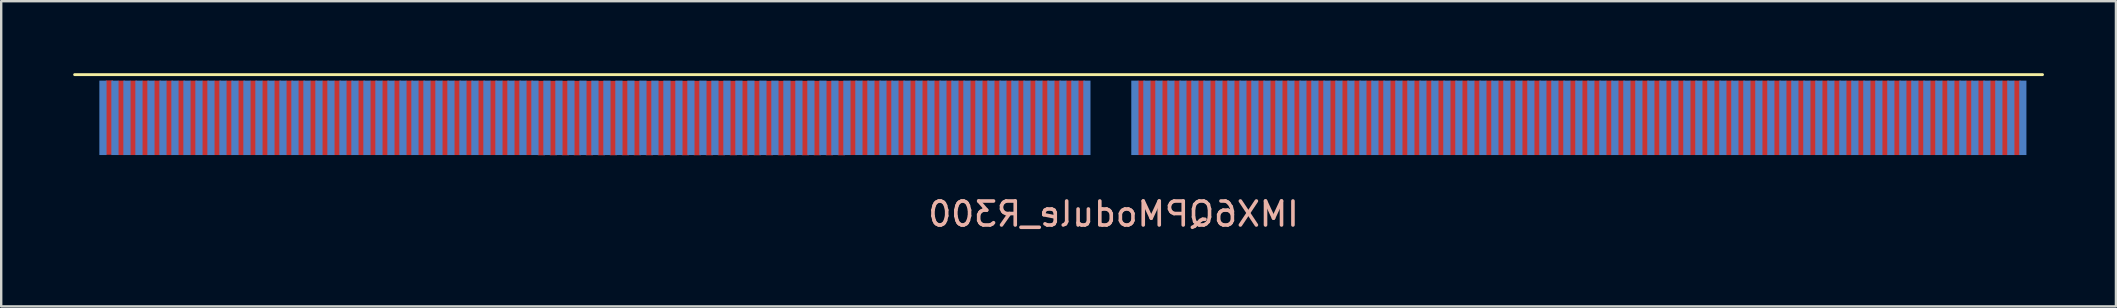
<source format=kicad_pcb>
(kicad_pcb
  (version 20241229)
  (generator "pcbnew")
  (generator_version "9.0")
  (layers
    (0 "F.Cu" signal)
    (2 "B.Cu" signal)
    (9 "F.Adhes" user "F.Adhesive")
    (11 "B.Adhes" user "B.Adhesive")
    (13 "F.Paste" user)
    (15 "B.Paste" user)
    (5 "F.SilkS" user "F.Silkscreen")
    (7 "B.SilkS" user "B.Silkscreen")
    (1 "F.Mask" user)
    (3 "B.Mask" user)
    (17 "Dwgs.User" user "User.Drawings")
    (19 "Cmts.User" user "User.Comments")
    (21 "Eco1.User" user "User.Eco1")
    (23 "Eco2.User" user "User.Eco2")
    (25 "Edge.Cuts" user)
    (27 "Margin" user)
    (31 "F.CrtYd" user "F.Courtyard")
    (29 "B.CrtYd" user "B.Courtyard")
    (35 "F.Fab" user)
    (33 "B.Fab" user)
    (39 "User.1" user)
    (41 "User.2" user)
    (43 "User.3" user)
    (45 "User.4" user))
  (footprint "IMX6QPModule_R300"
    (layer "F.Cu")
    (at 43.26 4.86)
    (property "Reference" "IMX6QPModule_R300" (at 0.09 1.01 180) (layer "B.SilkS") (effects (font (size 1 1) (thickness 0.15)) (justify mirror)))
    (attr through_hole)
    (fp_line (start -43.2 -4.8) (end 38.8 -4.8) (stroke (width 0.12) (type solid)) (layer "F.SilkS"))
    (pad "1" smd rect (at -42.02 -3) (size 0.3 3.1) (layers "B.Cu" "B.Mask" "B.Paste"))
    (pad "2" smd rect (at -41.75 -3.01) (size 0.3 3.1) (layers "F.Cu" "F.Mask" "F.Paste"))
    (pad "3" smd rect (at -41.52 -3) (size 0.3 3.1) (layers "B.Cu" "B.Mask" "B.Paste"))
    (pad "4" smd rect (at -41.25 -3) (size 0.3 3.1) (layers "F.Cu" "F.Mask" "F.Paste"))
    (pad "5" smd rect (at -41.02 -3) (size 0.3 3.1) (layers "B.Cu" "B.Mask" "B.Paste"))
    (pad "6" smd rect (at -40.75 -3) (size 0.3 3.1) (layers "F.Cu" "F.Mask" "F.Paste"))
    (pad "7" smd rect (at -40.52 -3) (size 0.3 3.1) (layers "B.Cu" "B.Mask" "B.Paste"))
    (pad "8" smd rect (at -40.25 -3) (size 0.3 3.1) (layers "F.Cu" "F.Mask" "F.Paste"))
    (pad "9" smd rect (at -40.02 -3) (size 0.3 3.1) (layers "B.Cu" "B.Mask" "B.Paste"))
    (pad "10" smd rect (at -39.75 -3) (size 0.3 3.1) (layers "F.Cu" "F.Mask" "F.Paste"))
    (pad "11" smd rect (at -39.52 -3) (size 0.3 3.1) (layers "B.Cu" "B.Mask" "B.Paste"))
    (pad "12" smd rect (at -39.25 -3) (size 0.3 3.1) (layers "F.Cu" "F.Mask" "F.Paste"))
    (pad "13" smd rect (at -39.02 -3) (size 0.3 3.1) (layers "B.Cu" "B.Mask" "B.Paste"))
    (pad "14" smd rect (at -38.75 -3) (size 0.3 3.1) (layers "F.Cu" "F.Mask" "F.Paste"))
    (pad "15" smd rect (at -38.52 -3) (size 0.3 3.1) (layers "B.Cu" "B.Mask" "B.Paste"))
    (pad "16" smd rect (at -38.25 -3) (size 0.3 3.1) (layers "F.Cu" "F.Mask" "F.Paste"))
    (pad "17" smd rect (at -38.02 -3) (size 0.3 3.1) (layers "B.Cu" "B.Mask" "B.Paste"))
    (pad "18" smd rect (at -37.75 -3) (size 0.3 3.1) (layers "F.Cu" "F.Mask" "F.Paste"))
    (pad "19" smd rect (at -37.52 -3) (size 0.3 3.1) (layers "B.Cu" "B.Mask" "B.Paste"))
    (pad "20" smd rect (at -37.25 -3) (size 0.3 3.1) (layers "F.Cu" "F.Mask" "F.Paste"))
    (pad "21" smd rect (at -37.02 -3) (size 0.3 3.1) (layers "B.Cu" "B.Mask" "B.Paste"))
    (pad "22" smd rect (at -36.75 -3) (size 0.3 3.1) (layers "F.Cu" "F.Mask" "F.Paste"))
    (pad "23" smd rect (at -36.52 -3) (size 0.3 3.1) (layers "B.Cu" "B.Mask" "B.Paste"))
    (pad "24" smd rect (at -36.25 -3) (size 0.3 3.1) (layers "F.Cu" "F.Mask" "F.Paste"))
    (pad "25" smd rect (at -36.02 -3) (size 0.3 3.1) (layers "B.Cu" "B.Mask" "B.Paste"))
    (pad "26" smd rect (at -35.75 -3) (size 0.3 3.1) (layers "F.Cu" "F.Mask" "F.Paste"))
    (pad "27" smd rect (at -35.52 -3) (size 0.3 3.1) (layers "B.Cu" "B.Mask" "B.Paste"))
    (pad "28" smd rect (at -35.25 -3) (size 0.3 3.1) (layers "F.Cu" "F.Mask" "F.Paste"))
    (pad "29" smd rect (at -35.02 -3) (size 0.3 3.1) (layers "B.Cu" "B.Mask" "B.Paste"))
    (pad "30" smd rect (at -34.75 -3) (size 0.3 3.1) (layers "F.Cu" "F.Mask" "F.Paste"))
    (pad "31" smd rect (at -34.52 -3) (size 0.3 3.1) (layers "B.Cu" "B.Mask" "B.Paste"))
    (pad "32" smd rect (at -34.25 -3) (size 0.3 3.1) (layers "F.Cu" "F.Mask" "F.Paste"))
    (pad "33" smd rect (at -34.02 -3) (size 0.3 3.1) (layers "B.Cu" "B.Mask" "B.Paste"))
    (pad "34" smd rect (at -33.75 -3) (size 0.3 3.1) (layers "F.Cu" "F.Mask" "F.Paste"))
    (pad "35" smd rect (at -33.52 -3) (size 0.3 3.1) (layers "B.Cu" "B.Mask" "B.Paste"))
    (pad "36" smd rect (at -33.25 -3) (size 0.3 3.1) (layers "F.Cu" "F.Mask" "F.Paste"))
    (pad "37" smd rect (at -33.02 -3) (size 0.3 3.1) (layers "B.Cu" "B.Mask" "B.Paste"))
    (pad "38" smd rect (at -32.75 -3) (size 0.3 3.1) (layers "F.Cu" "F.Mask" "F.Paste"))
    (pad "39" smd rect (at -32.52 -3) (size 0.3 3.1) (layers "B.Cu" "B.Mask" "B.Paste"))
    (pad "40" smd rect (at -32.25 -3) (size 0.3 3.1) (layers "F.Cu" "F.Mask" "F.Paste"))
    (pad "41" smd rect (at -32.02 -3) (size 0.3 3.1) (layers "B.Cu" "B.Mask" "B.Paste"))
    (pad "42" smd rect (at -31.75 -3) (size 0.3 3.1) (layers "F.Cu" "F.Mask" "F.Paste"))
    (pad "43" smd rect (at -31.52 -3) (size 0.3 3.1) (layers "B.Cu" "B.Mask" "B.Paste"))
    (pad "44" smd rect (at -31.25 -3) (size 0.3 3.1) (layers "F.Cu" "F.Mask" "F.Paste"))
    (pad "45" smd rect (at -31.02 -3) (size 0.3 3.1) (layers "B.Cu" "B.Mask" "B.Paste"))
    (pad "46" smd rect (at -30.75 -3) (size 0.3 3.1) (layers "F.Cu" "F.Mask" "F.Paste"))
    (pad "47" smd rect (at -30.52 -3) (size 0.3 3.1) (layers "B.Cu" "B.Mask" "B.Paste"))
    (pad "48" smd rect (at -30.25 -3) (size 0.3 3.1) (layers "F.Cu" "F.Mask" "F.Paste"))
    (pad "49" smd rect (at -30.02 -3) (size 0.3 3.1) (layers "B.Cu" "B.Mask" "B.Paste"))
    (pad "50" smd rect (at -29.75 -3) (size 0.3 3.1) (layers "F.Cu" "F.Mask" "F.Paste"))
    (pad "51" smd rect (at -29.52 -3) (size 0.3 3.1) (layers "B.Cu" "B.Mask" "B.Paste"))
    (pad "52" smd rect (at -29.25 -3) (size 0.3 3.1) (layers "F.Cu" "F.Mask" "F.Paste"))
    (pad "53" smd rect (at -29.02 -3) (size 0.3 3.1) (layers "B.Cu" "B.Mask" "B.Paste"))
    (pad "54" smd rect (at -28.75 -3) (size 0.3 3.1) (layers "F.Cu" "F.Mask" "F.Paste"))
    (pad "55" smd rect (at -28.52 -3) (size 0.3 3.1) (layers "B.Cu" "B.Mask" "B.Paste"))
    (pad "56" smd rect (at -28.25 -3) (size 0.3 3.1) (layers "F.Cu" "F.Mask" "F.Paste"))
    (pad "57" smd rect (at -28.02 -3) (size 0.3 3.1) (layers "B.Cu" "B.Mask" "B.Paste"))
    (pad "58" smd rect (at -27.75 -3) (size 0.3 3.1) (layers "F.Cu" "F.Mask" "F.Paste"))
    (pad "59" smd rect (at -27.52 -3) (size 0.3 3.1) (layers "B.Cu" "B.Mask" "B.Paste"))
    (pad "60" smd rect (at -27.25 -3) (size 0.3 3.1) (layers "F.Cu" "F.Mask" "F.Paste"))
    (pad "61" smd rect (at -27.02 -3) (size 0.3 3.1) (layers "B.Cu" "B.Mask" "B.Paste"))
    (pad "62" smd rect (at -26.75 -3) (size 0.3 3.1) (layers "F.Cu" "F.Mask" "F.Paste"))
    (pad "63" smd rect (at -26.52 -3) (size 0.3 3.1) (layers "B.Cu" "B.Mask" "B.Paste"))
    (pad "64" smd rect (at -26.25 -3) (size 0.3 3.1) (layers "F.Cu" "F.Mask" "F.Paste"))
    (pad "65" smd rect (at -26.02 -3) (size 0.3 3.1) (layers "B.Cu" "B.Mask" "B.Paste"))
    (pad "66" smd rect (at -25.75 -3) (size 0.3 3.1) (layers "F.Cu" "F.Mask" "F.Paste"))
    (pad "67" smd rect (at -25.52 -3) (size 0.3 3.1) (layers "B.Cu" "B.Mask" "B.Paste"))
    (pad "68" smd rect (at -25.25 -3) (size 0.3 3.1) (layers "F.Cu" "F.Mask" "F.Paste"))
    (pad "69" smd rect (at -25.02 -3) (size 0.3 3.1) (layers "B.Cu" "B.Mask" "B.Paste"))
    (pad "70" smd rect (at -24.75 -3) (size 0.3 3.1) (layers "F.Cu" "F.Mask" "F.Paste"))
    (pad "71" smd rect (at -24.52 -3) (size 0.3 3.1) (layers "B.Cu" "B.Mask" "B.Paste"))
    (pad "72" smd rect (at -24.25 -3) (size 0.3 3.1) (layers "F.Cu" "F.Mask" "F.Paste"))
    (pad "73" smd rect (at -24.02 -3) (size 0.3 3.1) (layers "B.Cu" "B.Mask" "B.Paste"))
    (pad "74" smd rect (at -23.75 -2.99) (size 0.3 3.1) (layers "F.Cu" "F.Mask" "F.Paste"))
    (pad "75" smd rect (at -23.52 -3) (size 0.3 3.1) (layers "B.Cu" "B.Mask" "B.Paste"))
    (pad "76" smd rect (at -23.25 -2.99) (size 0.3 3.1) (layers "F.Cu" "F.Mask" "F.Paste"))
    (pad "77" smd rect (at -23.02 -3) (size 0.3 3.1) (layers "B.Cu" "B.Mask" "B.Paste"))
    (pad "78" smd rect (at -22.75 -2.99) (size 0.3 3.1) (layers "F.Cu" "F.Mask" "F.Paste"))
    (pad "79" smd rect (at -22.52 -3) (size 0.3 3.1) (layers "B.Cu" "B.Mask" "B.Paste"))
    (pad "80" smd rect (at -22.25 -2.99) (size 0.3 3.1) (layers "F.Cu" "F.Mask" "F.Paste"))
    (pad "81" smd rect (at -22.02 -3) (size 0.3 3.1) (layers "B.Cu" "B.Mask" "B.Paste"))
    (pad "82" smd rect (at -21.75 -2.99) (size 0.3 3.1) (layers "F.Cu" "F.Mask" "F.Paste"))
    (pad "83" smd rect (at -21.52 -3) (size 0.3 3.1) (layers "B.Cu" "B.Mask" "B.Paste"))
    (pad "84" smd rect (at -21.25 -2.99) (size 0.3 3.1) (layers "F.Cu" "F.Mask" "F.Paste"))
    (pad "85" smd rect (at -21.02 -3) (size 0.3 3.1) (layers "B.Cu" "B.Mask" "B.Paste"))
    (pad "86" smd rect (at -20.75 -2.99) (size 0.3 3.1) (layers "F.Cu" "F.Mask" "F.Paste"))
    (pad "87" smd rect (at -20.52 -3) (size 0.3 3.1) (layers "B.Cu" "B.Mask" "B.Paste"))
    (pad "88" smd rect (at -20.25 -2.99) (size 0.3 3.1) (layers "F.Cu" "F.Mask" "F.Paste"))
    (pad "89" smd rect (at -20.02 -3) (size 0.3 3.1) (layers "B.Cu" "B.Mask" "B.Paste"))
    (pad "90" smd rect (at -19.75 -2.99) (size 0.3 3.1) (layers "F.Cu" "F.Mask" "F.Paste"))
    (pad "91" smd rect (at -19.52 -3) (size 0.3 3.1) (layers "B.Cu" "B.Mask" "B.Paste"))
    (pad "92" smd rect (at -19.25 -2.99) (size 0.3 3.1) (layers "F.Cu" "F.Mask" "F.Paste"))
    (pad "93" smd rect (at -19.02 -3) (size 0.3 3.1) (layers "B.Cu" "B.Mask" "B.Paste"))
    (pad "94" smd rect (at -18.75 -2.99) (size 0.3 3.1) (layers "F.Cu" "F.Mask" "F.Paste"))
    (pad "95" smd rect (at -18.52 -3) (size 0.3 3.1) (layers "B.Cu" "B.Mask" "B.Paste"))
    (pad "96" smd rect (at -18.25 -2.99) (size 0.3 3.1) (layers "F.Cu" "F.Mask" "F.Paste"))
    (pad "97" smd rect (at -18.02 -3) (size 0.3 3.1) (layers "B.Cu" "B.Mask" "B.Paste"))
    (pad "98" smd rect (at -17.75 -2.99) (size 0.3 3.1) (layers "F.Cu" "F.Mask" "F.Paste"))
    (pad "99" smd rect (at -17.52 -3) (size 0.3 3.1) (layers "B.Cu" "B.Mask" "B.Paste"))
    (pad "100" smd rect (at -17.25 -2.99) (size 0.3 3.1) (layers "F.Cu" "F.Mask" "F.Paste"))
    (pad "101" smd rect (at -17.02 -3) (size 0.3 3.1) (layers "B.Cu" "B.Mask" "B.Paste"))
    (pad "102" smd rect (at -16.75 -2.99) (size 0.3 3.1) (layers "F.Cu" "F.Mask" "F.Paste"))
    (pad "103" smd rect (at -16.52 -3) (size 0.3 3.1) (layers "B.Cu" "B.Mask" "B.Paste"))
    (pad "104" smd rect (at -16.25 -2.99) (size 0.3 3.1) (layers "F.Cu" "F.Mask" "F.Paste"))
    (pad "105" smd rect (at -16.02 -3) (size 0.3 3.1) (layers "B.Cu" "B.Mask" "B.Paste"))
    (pad "106" smd rect (at -15.75 -2.99) (size 0.3 3.1) (layers "F.Cu" "F.Mask" "F.Paste"))
    (pad "107" smd rect (at -15.52 -3) (size 0.3 3.1) (layers "B.Cu" "B.Mask" "B.Paste"))
    (pad "108" smd rect (at -15.25 -2.99) (size 0.3 3.1) (layers "F.Cu" "F.Mask" "F.Paste"))
    (pad "109" smd rect (at -15.02 -3) (size 0.3 3.1) (layers "B.Cu" "B.Mask" "B.Paste"))
    (pad "110" smd rect (at -14.75 -2.99) (size 0.3 3.1) (layers "F.Cu" "F.Mask" "F.Paste"))
    (pad "111" smd rect (at -14.52 -3) (size 0.3 3.1) (layers "B.Cu" "B.Mask" "B.Paste"))
    (pad "112" smd rect (at -14.25 -2.99) (size 0.3 3.1) (layers "F.Cu" "F.Mask" "F.Paste"))
    (pad "113" smd rect (at -14.02 -3) (size 0.3 3.1) (layers "B.Cu" "B.Mask" "B.Paste"))
    (pad "114" smd rect (at -13.75 -2.99) (size 0.3 3.1) (layers "F.Cu" "F.Mask" "F.Paste"))
    (pad "115" smd rect (at -13.52 -3) (size 0.3 3.1) (layers "B.Cu" "B.Mask" "B.Paste"))
    (pad "116" smd rect (at -13.25 -2.99) (size 0.3 3.1) (layers "F.Cu" "F.Mask" "F.Paste"))
    (pad "117" smd rect (at -13.02 -3) (size 0.3 3.1) (layers "B.Cu" "B.Mask" "B.Paste"))
    (pad "118" smd rect (at -12.75 -2.99) (size 0.3 3.1) (layers "F.Cu" "F.Mask" "F.Paste"))
    (pad "119" smd rect (at -12.52 -3) (size 0.3 3.1) (layers "B.Cu" "B.Mask" "B.Paste"))
    (pad "120" smd rect (at -12.25 -2.99) (size 0.3 3.1) (layers "F.Cu" "F.Mask" "F.Paste"))
    (pad "121" smd rect (at -12.02 -3) (size 0.3 3.1) (layers "B.Cu" "B.Mask" "B.Paste"))
    (pad "122" smd rect (at -11.75 -2.99) (size 0.3 3.1) (layers "F.Cu" "F.Mask" "F.Paste"))
    (pad "123" smd rect (at -11.52 -3) (size 0.3 3.1) (layers "B.Cu" "B.Mask" "B.Paste"))
    (pad "124" smd rect (at -11.25 -2.99) (size 0.3 3.1) (layers "F.Cu" "F.Mask" "F.Paste"))
    (pad "125" smd rect (at -11.02 -3) (size 0.3 3.1) (layers "B.Cu" "B.Mask" "B.Paste"))
    (pad "126" smd rect (at -10.75 -3) (size 0.3 3.1) (layers "F.Cu" "F.Mask" "F.Paste"))
    (pad "127" smd rect (at -10.52 -3) (size 0.3 3.1) (layers "B.Cu" "B.Mask" "B.Paste"))
    (pad "128" smd rect (at -10.25 -3) (size 0.3 3.1) (layers "F.Cu" "F.Mask" "F.Paste"))
    (pad "129" smd rect (at -10.02 -3) (size 0.3 3.1) (layers "B.Cu" "B.Mask" "B.Paste"))
    (pad "130" smd rect (at -9.75 -3) (size 0.3 3.1) (layers "F.Cu" "F.Mask" "F.Paste"))
    (pad "131" smd rect (at -9.52 -3) (size 0.3 3.1) (layers "B.Cu" "B.Mask" "B.Paste"))
    (pad "132" smd rect (at -9.25 -3) (size 0.3 3.1) (layers "F.Cu" "F.Mask" "F.Paste"))
    (pad "133" smd rect (at -9.02 -3) (size 0.3 3.1) (layers "B.Cu" "B.Mask" "B.Paste"))
    (pad "134" smd rect (at -8.75 -3) (size 0.3 3.1) (layers "F.Cu" "F.Mask" "F.Paste"))
    (pad "135" smd rect (at -8.52 -3) (size 0.3 3.1) (layers "B.Cu" "B.Mask" "B.Paste"))
    (pad "136" smd rect (at -8.25 -3) (size 0.3 3.1) (layers "F.Cu" "F.Mask" "F.Paste"))
    (pad "137" smd rect (at -8.02 -3) (size 0.3 3.1) (layers "B.Cu" "B.Mask" "B.Paste"))
    (pad "138" smd rect (at -7.75 -3) (size 0.3 3.1) (layers "F.Cu" "F.Mask" "F.Paste"))
    (pad "139" smd rect (at -7.52 -3) (size 0.3 3.1) (layers "B.Cu" "B.Mask" "B.Paste"))
    (pad "140" smd rect (at -7.25 -3) (size 0.3 3.1) (layers "F.Cu" "F.Mask" "F.Paste"))
    (pad "141" smd rect (at -7.02 -3) (size 0.3 3.1) (layers "B.Cu" "B.Mask" "B.Paste"))
    (pad "142" smd rect (at -6.75 -3) (size 0.3 3.1) (layers "F.Cu" "F.Mask" "F.Paste"))
    (pad "143" smd rect (at -6.52 -3) (size 0.3 3.1) (layers "B.Cu" "B.Mask" "B.Paste"))
    (pad "144" smd rect (at -6.25 -3) (size 0.3 3.1) (layers "F.Cu" "F.Mask" "F.Paste"))
    (pad "145" smd rect (at -6.02 -3) (size 0.3 3.1) (layers "B.Cu" "B.Mask" "B.Paste"))
    (pad "146" smd rect (at -5.75 -3) (size 0.3 3.1) (layers "F.Cu" "F.Mask" "F.Paste"))
    (pad "147" smd rect (at -5.52 -3) (size 0.3 3.1) (layers "B.Cu" "B.Mask" "B.Paste"))
    (pad "148" smd rect (at -5.25 -3) (size 0.3 3.1) (layers "F.Cu" "F.Mask" "F.Paste"))
    (pad "149" smd rect (at -5.02 -3) (size 0.3 3.1) (layers "B.Cu" "B.Mask" "B.Paste"))
    (pad "150" smd rect (at -4.75 -3) (size 0.3 3.1) (layers "F.Cu" "F.Mask" "F.Paste"))
    (pad "151" smd rect (at -4.52 -3) (size 0.3 3.1) (layers "B.Cu" "B.Mask" "B.Paste"))
    (pad "152" smd rect (at -4.25 -3) (size 0.3 3.1) (layers "F.Cu" "F.Mask" "F.Paste"))
    (pad "153" smd rect (at -4.02 -3) (size 0.3 3.1) (layers "B.Cu" "B.Mask" "B.Paste"))
    (pad "154" smd rect (at -3.75 -3) (size 0.3 3.1) (layers "F.Cu" "F.Mask" "F.Paste"))
    (pad "155" smd rect (at -3.52 -3) (size 0.3 3.1) (layers "B.Cu" "B.Mask" "B.Paste"))
    (pad "156" smd rect (at -3.25 -3) (size 0.3 3.1) (layers "F.Cu" "F.Mask" "F.Paste"))
    (pad "157" smd rect (at -3.02 -3) (size 0.3 3.1) (layers "B.Cu" "B.Mask" "B.Paste"))
    (pad "158" smd rect (at -2.75 -3) (size 0.3 3.1) (layers "F.Cu" "F.Mask" "F.Paste"))
    (pad "159" smd rect (at -2.52 -3) (size 0.3 3.1) (layers "B.Cu" "B.Mask" "B.Paste"))
    (pad "160" smd rect (at -2.25 -3) (size 0.3 3.1) (layers "F.Cu" "F.Mask" "F.Paste"))
    (pad "161" smd rect (at -2.02 -3) (size 0.3 3.1) (layers "B.Cu" "B.Mask" "B.Paste"))
    (pad "162" smd rect (at -1.75 -3) (size 0.3 3.1) (layers "F.Cu" "F.Mask" "F.Paste"))
    (pad "163" smd rect (at -1.52 -3) (size 0.3 3.1) (layers "B.Cu" "B.Mask" "B.Paste"))
    (pad "164" smd rect (at -1.25 -3) (size 0.3 3.1) (layers "F.Cu" "F.Mask" "F.Paste"))
    (pad "165" smd rect (at -1.02 -3) (size 0.3 3.1) (layers "B.Cu" "B.Mask" "B.Paste"))
    (pad "173" smd rect (at 0.98 -3) (size 0.3 3.1) (layers "B.Cu" "B.Mask" "B.Paste"))
    (pad "174" smd rect (at 1.25 -3) (size 0.3 3.1) (layers "F.Cu" "F.Mask" "F.Paste"))
    (pad "175" smd rect (at 1.48 -3) (size 0.3 3.1) (layers "B.Cu" "B.Mask" "B.Paste"))
    (pad "176" smd rect (at 1.75 -3) (size 0.3 3.1) (layers "F.Cu" "F.Mask" "F.Paste"))
    (pad "177" smd rect (at 1.98 -3) (size 0.3 3.1) (layers "B.Cu" "B.Mask" "B.Paste"))
    (pad "178" smd rect (at 2.25 -3) (size 0.3 3.1) (layers "F.Cu" "F.Mask" "F.Paste"))
    (pad "179" smd rect (at 2.48 -3) (size 0.3 3.1) (layers "B.Cu" "B.Mask" "B.Paste"))
    (pad "180" smd rect (at 2.75 -3) (size 0.3 3.1) (layers "F.Cu" "F.Mask" "F.Paste"))
    (pad "181" smd rect (at 2.98 -3) (size 0.3 3.1) (layers "B.Cu" "B.Mask" "B.Paste"))
    (pad "182" smd rect (at 3.25 -3) (size 0.3 3.1) (layers "F.Cu" "F.Mask" "F.Paste"))
    (pad "183" smd rect (at 3.48 -3) (size 0.3 3.1) (layers "B.Cu" "B.Mask" "B.Paste"))
    (pad "184" smd rect (at 3.75 -3) (size 0.3 3.1) (layers "F.Cu" "F.Mask" "F.Paste"))
    (pad "185" smd rect (at 3.98 -3) (size 0.3 3.1) (layers "B.Cu" "B.Mask" "B.Paste"))
    (pad "186" smd rect (at 4.25 -3) (size 0.3 3.1) (layers "F.Cu" "F.Mask" "F.Paste"))
    (pad "187" smd rect (at 4.48 -3) (size 0.3 3.1) (layers "B.Cu" "B.Mask" "B.Paste"))
    (pad "188" smd rect (at 4.75 -3) (size 0.3 3.1) (layers "F.Cu" "F.Mask" "F.Paste"))
    (pad "189" smd rect (at 4.98 -3) (size 0.3 3.1) (layers "B.Cu" "B.Mask" "B.Paste"))
    (pad "190" smd rect (at 5.25 -3) (size 0.3 3.1) (layers "F.Cu" "F.Mask" "F.Paste"))
    (pad "191" smd rect (at 5.48 -3) (size 0.3 3.1) (layers "B.Cu" "B.Mask" "B.Paste"))
    (pad "192" smd rect (at 5.75 -3) (size 0.3 3.1) (layers "F.Cu" "F.Mask" "F.Paste"))
    (pad "193" smd rect (at 5.98 -3) (size 0.3 3.1) (layers "B.Cu" "B.Mask" "B.Paste"))
    (pad "194" smd rect (at 6.25 -3) (size 0.3 3.1) (layers "F.Cu" "F.Mask" "F.Paste"))
    (pad "195" smd rect (at 6.48 -3) (size 0.3 3.1) (layers "B.Cu" "B.Mask" "B.Paste"))
    (pad "196" smd rect (at 6.75 -3) (size 0.3 3.1) (layers "F.Cu" "F.Mask" "F.Paste"))
    (pad "197" smd rect (at 6.98 -3) (size 0.3 3.1) (layers "B.Cu" "B.Mask" "B.Paste"))
    (pad "198" smd rect (at 7.25 -3) (size 0.3 3.1) (layers "F.Cu" "F.Mask" "F.Paste"))
    (pad "199" smd rect (at 7.48 -3) (size 0.3 3.1) (layers "B.Cu" "B.Mask" "B.Paste"))
    (pad "200" smd rect (at 7.75 -3) (size 0.3 3.1) (layers "F.Cu" "F.Mask" "F.Paste"))
    (pad "201" smd rect (at 7.98 -3) (size 0.3 3.1) (layers "B.Cu" "B.Mask" "B.Paste"))
    (pad "202" smd rect (at 8.25 -3) (size 0.3 3.1) (layers "F.Cu" "F.Mask" "F.Paste"))
    (pad "203" smd rect (at 8.48 -3) (size 0.3 3.1) (layers "B.Cu" "B.Mask" "B.Paste"))
    (pad "204" smd rect (at 8.75 -3) (size 0.3 3.1) (layers "F.Cu" "F.Mask" "F.Paste"))
    (pad "205" smd rect (at 8.98 -3) (size 0.3 3.1) (layers "B.Cu" "B.Mask" "B.Paste"))
    (pad "206" smd rect (at 9.25 -3) (size 0.3 3.1) (layers "F.Cu" "F.Mask" "F.Paste"))
    (pad "207" smd rect (at 9.48 -3) (size 0.3 3.1) (layers "B.Cu" "B.Mask" "B.Paste"))
    (pad "208" smd rect (at 9.75 -3) (size 0.3 3.1) (layers "F.Cu" "F.Mask" "F.Paste"))
    (pad "209" smd rect (at 9.98 -3) (size 0.3 3.1) (layers "B.Cu" "B.Mask" "B.Paste"))
    (pad "210" smd rect (at 10.25 -3) (size 0.3 3.1) (layers "F.Cu" "F.Mask" "F.Paste"))
    (pad "211" smd rect (at 10.48 -3) (size 0.3 3.1) (layers "B.Cu" "B.Mask" "B.Paste"))
    (pad "212" smd rect (at 10.75 -3) (size 0.3 3.1) (layers "F.Cu" "F.Mask" "F.Paste"))
    (pad "213" smd rect (at 10.98 -3) (size 0.3 3.1) (layers "B.Cu" "B.Mask" "B.Paste"))
    (pad "214" smd rect (at 11.25 -3) (size 0.3 3.1) (layers "F.Cu" "F.Mask" "F.Paste"))
    (pad "215" smd rect (at 11.48 -3) (size 0.3 3.1) (layers "B.Cu" "B.Mask" "B.Paste"))
    (pad "216" smd rect (at 11.75 -3) (size 0.3 3.1) (layers "F.Cu" "F.Mask" "F.Paste"))
    (pad "217" smd rect (at 11.98 -3) (size 0.3 3.1) (layers "B.Cu" "B.Mask" "B.Paste"))
    (pad "218" smd rect (at 12.25 -3) (size 0.3 3.1) (layers "F.Cu" "F.Mask" "F.Paste"))
    (pad "219" smd rect (at 12.48 -3) (size 0.3 3.1) (layers "B.Cu" "B.Mask" "B.Paste"))
    (pad "220" smd rect (at 12.75 -3) (size 0.3 3.1) (layers "F.Cu" "F.Mask" "F.Paste"))
    (pad "221" smd rect (at 12.98 -3) (size 0.3 3.1) (layers "B.Cu" "B.Mask" "B.Paste"))
    (pad "222" smd rect (at 13.25 -3) (size 0.3 3.1) (layers "F.Cu" "F.Mask" "F.Paste"))
    (pad "223" smd rect (at 13.48 -3) (size 0.3 3.1) (layers "B.Cu" "B.Mask" "B.Paste"))
    (pad "224" smd rect (at 13.75 -3) (size 0.3 3.1) (layers "F.Cu" "F.Mask" "F.Paste"))
    (pad "225" smd rect (at 13.98 -3) (size 0.3 3.1) (layers "B.Cu" "B.Mask" "B.Paste"))
    (pad "226" smd rect (at 14.25 -3) (size 0.3 3.1) (layers "F.Cu" "F.Mask" "F.Paste"))
    (pad "227" smd rect (at 14.48 -3) (size 0.3 3.1) (layers "B.Cu" "B.Mask" "B.Paste"))
    (pad "228" smd rect (at 14.75 -3) (size 0.3 3.1) (layers "F.Cu" "F.Mask" "F.Paste"))
    (pad "229" smd rect (at 14.98 -3) (size 0.3 3.1) (layers "B.Cu" "B.Mask" "B.Paste"))
    (pad "230" smd rect (at 15.25 -3) (size 0.3 3.1) (layers "F.Cu" "F.Mask" "F.Paste"))
    (pad "231" smd rect (at 15.48 -3) (size 0.3 3.1) (layers "B.Cu" "B.Mask" "B.Paste"))
    (pad "232" smd rect (at 15.75 -3) (size 0.3 3.1) (layers "F.Cu" "F.Mask" "F.Paste"))
    (pad "233" smd rect (at 15.98 -3) (size 0.3 3.1) (layers "B.Cu" "B.Mask" "B.Paste"))
    (pad "234" smd rect (at 16.25 -3) (size 0.3 3.1) (layers "F.Cu" "F.Mask" "F.Paste"))
    (pad "235" smd rect (at 16.48 -3) (size 0.3 3.1) (layers "B.Cu" "B.Mask" "B.Paste"))
    (pad "236" smd rect (at 16.75 -3) (size 0.3 3.1) (layers "F.Cu" "F.Mask" "F.Paste"))
    (pad "237" smd rect (at 16.98 -3) (size 0.3 3.1) (layers "B.Cu" "B.Mask" "B.Paste"))
    (pad "238" smd rect (at 17.25 -3) (size 0.3 3.1) (layers "F.Cu" "F.Mask" "F.Paste"))
    (pad "239" smd rect (at 17.48 -3) (size 0.3 3.1) (layers "B.Cu" "B.Mask" "B.Paste"))
    (pad "240" smd rect (at 17.75 -3) (size 0.3 3.1) (layers "F.Cu" "F.Mask" "F.Paste"))
    (pad "241" smd rect (at 17.98 -3) (size 0.3 3.1) (layers "B.Cu" "B.Mask" "B.Paste"))
    (pad "242" smd rect (at 18.25 -3) (size 0.3 3.1) (layers "F.Cu" "F.Mask" "F.Paste"))
    (pad "243" smd rect (at 18.48 -3) (size 0.3 3.1) (layers "B.Cu" "B.Mask" "B.Paste"))
    (pad "244" smd rect (at 18.75 -3) (size 0.3 3.1) (layers "F.Cu" "F.Mask" "F.Paste"))
    (pad "245" smd rect (at 18.98 -3) (size 0.3 3.1) (layers "B.Cu" "B.Mask" "B.Paste"))
    (pad "246" smd rect (at 19.25 -3) (size 0.3 3.1) (layers "F.Cu" "F.Mask" "F.Paste"))
    (pad "247" smd rect (at 19.48 -3) (size 0.3 3.1) (layers "B.Cu" "B.Mask" "B.Paste"))
    (pad "248" smd rect (at 19.75 -3) (size 0.3 3.1) (layers "F.Cu" "F.Mask" "F.Paste"))
    (pad "249" smd rect (at 19.98 -3) (size 0.3 3.1) (layers "B.Cu" "B.Mask" "B.Paste"))
    (pad "250" smd rect (at 20.25 -3) (size 0.3 3.1) (layers "F.Cu" "F.Mask" "F.Paste"))
    (pad "251" smd rect (at 20.48 -3) (size 0.3 3.1) (layers "B.Cu" "B.Mask" "B.Paste"))
    (pad "252" smd rect (at 20.75 -3) (size 0.3 3.1) (layers "F.Cu" "F.Mask" "F.Paste"))
    (pad "253" smd rect (at 20.98 -3) (size 0.3 3.1) (layers "B.Cu" "B.Mask" "B.Paste"))
    (pad "254" smd rect (at 21.25 -3) (size 0.3 3.1) (layers "F.Cu" "F.Mask" "F.Paste"))
    (pad "255" smd rect (at 21.48 -3) (size 0.3 3.1) (layers "B.Cu" "B.Mask" "B.Paste"))
    (pad "256" smd rect (at 21.75 -3) (size 0.3 3.1) (layers "F.Cu" "F.Mask" "F.Paste"))
    (pad "257" smd rect (at 21.98 -3) (size 0.3 3.1) (layers "B.Cu" "B.Mask" "B.Paste"))
    (pad "258" smd rect (at 22.25 -3) (size 0.3 3.1) (layers "F.Cu" "F.Mask" "F.Paste"))
    (pad "259" smd rect (at 22.48 -3) (size 0.3 3.1) (layers "B.Cu" "B.Mask" "B.Paste"))
    (pad "260" smd rect (at 22.75 -3) (size 0.3 3.1) (layers "F.Cu" "F.Mask" "F.Paste"))
    (pad "261" smd rect (at 22.98 -3) (size 0.3 3.1) (layers "B.Cu" "B.Mask" "B.Paste"))
    (pad "262" smd rect (at 23.25 -3) (size 0.3 3.1) (layers "F.Cu" "F.Mask" "F.Paste"))
    (pad "263" smd rect (at 23.48 -3) (size 0.3 3.1) (layers "B.Cu" "B.Mask" "B.Paste"))
    (pad "264" smd rect (at 23.75 -3) (size 0.3 3.1) (layers "F.Cu" "F.Mask" "F.Paste"))
    (pad "265" smd rect (at 23.98 -3) (size 0.3 3.1) (layers "B.Cu" "B.Mask" "B.Paste"))
    (pad "266" smd rect (at 24.25 -3) (size 0.3 3.1) (layers "F.Cu" "F.Mask" "F.Paste"))
    (pad "267" smd rect (at 24.48 -3) (size 0.3 3.1) (layers "B.Cu" "B.Mask" "B.Paste"))
    (pad "268" smd rect (at 24.75 -3) (size 0.3 3.1) (layers "F.Cu" "F.Mask" "F.Paste"))
    (pad "269" smd rect (at 24.98 -3) (size 0.3 3.1) (layers "B.Cu" "B.Mask" "B.Paste"))
    (pad "270" smd rect (at 25.25 -3) (size 0.3 3.1) (layers "F.Cu" "F.Mask" "F.Paste"))
    (pad "271" smd rect (at 25.48 -3) (size 0.3 3.1) (layers "B.Cu" "B.Mask" "B.Paste"))
    (pad "272" smd rect (at 25.75 -3) (size 0.3 3.1) (layers "F.Cu" "F.Mask" "F.Paste"))
    (pad "273" smd rect (at 25.98 -3) (size 0.3 3.1) (layers "B.Cu" "B.Mask" "B.Paste"))
    (pad "274" smd rect (at 26.25 -3) (size 0.3 3.1) (layers "F.Cu" "F.Mask" "F.Paste"))
    (pad "275" smd rect (at 26.48 -3) (size 0.3 3.1) (layers "B.Cu" "B.Mask" "B.Paste"))
    (pad "276" smd rect (at 26.75 -3) (size 0.3 3.1) (layers "F.Cu" "F.Mask" "F.Paste"))
    (pad "277" smd rect (at 26.98 -3) (size 0.3 3.1) (layers "B.Cu" "B.Mask" "B.Paste"))
    (pad "278" smd rect (at 27.25 -3) (size 0.3 3.1) (layers "F.Cu" "F.Mask" "F.Paste"))
    (pad "279" smd rect (at 27.48 -3) (size 0.3 3.1) (layers "B.Cu" "B.Mask" "B.Paste"))
    (pad "280" smd rect (at 27.75 -3) (size 0.3 3.1) (layers "F.Cu" "F.Mask" "F.Paste"))
    (pad "281" smd rect (at 27.98 -3) (size 0.3 3.1) (layers "B.Cu" "B.Mask" "B.Paste"))
    (pad "282" smd rect (at 28.25 -3) (size 0.3 3.1) (layers "F.Cu" "F.Mask" "F.Paste"))
    (pad "283" smd rect (at 28.48 -3) (size 0.3 3.1) (layers "B.Cu" "B.Mask" "B.Paste"))
    (pad "284" smd rect (at 28.75 -3) (size 0.3 3.1) (layers "F.Cu" "F.Mask" "F.Paste"))
    (pad "285" smd rect (at 28.98 -3) (size 0.3 3.1) (layers "B.Cu" "B.Mask" "B.Paste"))
    (pad "286" smd rect (at 29.25 -3) (size 0.3 3.1) (layers "F.Cu" "F.Mask" "F.Paste"))
    (pad "287" smd rect (at 29.48 -3) (size 0.3 3.1) (layers "B.Cu" "B.Mask" "B.Paste"))
    (pad "288" smd rect (at 29.75 -3) (size 0.3 3.1) (layers "F.Cu" "F.Mask" "F.Paste"))
    (pad "289" smd rect (at 29.98 -3) (size 0.3 3.1) (layers "B.Cu" "B.Mask" "B.Paste"))
    (pad "290" smd rect (at 30.25 -3) (size 0.3 3.1) (layers "F.Cu" "F.Mask" "F.Paste"))
    (pad "291" smd rect (at 30.48 -3) (size 0.3 3.1) (layers "B.Cu" "B.Mask" "B.Paste"))
    (pad "292" smd rect (at 30.75 -3) (size 0.3 3.1) (layers "F.Cu" "F.Mask" "F.Paste"))
    (pad "293" smd rect (at 30.98 -3) (size 0.3 3.1) (layers "B.Cu" "B.Mask" "B.Paste"))
    (pad "294" smd rect (at 31.25 -3) (size 0.3 3.1) (layers "F.Cu" "F.Mask" "F.Paste"))
    (pad "295" smd rect (at 31.48 -3) (size 0.3 3.1) (layers "B.Cu" "B.Mask" "B.Paste"))
    (pad "296" smd rect (at 31.75 -3) (size 0.3 3.1) (layers "F.Cu" "F.Mask" "F.Paste"))
    (pad "297" smd rect (at 31.98 -3) (size 0.3 3.1) (layers "B.Cu" "B.Mask" "B.Paste"))
    (pad "298" smd rect (at 32.25 -3) (size 0.3 3.1) (layers "F.Cu" "F.Mask" "F.Paste"))
    (pad "299" smd rect (at 32.48 -3) (size 0.3 3.1) (layers "B.Cu" "B.Mask" "B.Paste"))
    (pad "300" smd rect (at 32.75 -3) (size 0.3 3.1) (layers "F.Cu" "F.Mask" "F.Paste"))
    (pad "301" smd rect (at 32.98 -3) (size 0.3 3.1) (layers "B.Cu" "B.Mask" "B.Paste"))
    (pad "302" smd rect (at 33.25 -3) (size 0.3 3.1) (layers "F.Cu" "F.Mask" "F.Paste"))
    (pad "303" smd rect (at 33.48 -3) (size 0.3 3.1) (layers "B.Cu" "B.Mask" "B.Paste"))
    (pad "304" smd rect (at 33.75 -3) (size 0.3 3.1) (layers "F.Cu" "F.Mask" "F.Paste"))
    (pad "305" smd rect (at 33.98 -3) (size 0.3 3.1) (layers "B.Cu" "B.Mask" "B.Paste"))
    (pad "306" smd rect (at 34.25 -3) (size 0.3 3.1) (layers "F.Cu" "F.Mask" "F.Paste"))
    (pad "307" smd rect (at 34.48 -3) (size 0.3 3.1) (layers "B.Cu" "B.Mask" "B.Paste"))
    (pad "308" smd rect (at 34.75 -3) (size 0.3 3.1) (layers "F.Cu" "F.Mask" "F.Paste"))
    (pad "309" smd rect (at 34.98 -3) (size 0.3 3.1) (layers "B.Cu" "B.Mask" "B.Paste"))
    (pad "310" smd rect (at 35.25 -3) (size 0.3 3.1) (layers "F.Cu" "F.Mask" "F.Paste"))
    (pad "311" smd rect (at 35.48 -3) (size 0.3 3.1) (layers "B.Cu" "B.Mask" "B.Paste"))
    (pad "312" smd rect (at 35.75 -3) (size 0.3 3.1) (layers "F.Cu" "F.Mask" "F.Paste"))
    (pad "313" smd rect (at 35.98 -3) (size 0.3 3.1) (layers "B.Cu" "B.Mask" "B.Paste"))
    (pad "314" smd rect (at 36.25 -3) (size 0.3 3.1) (layers "F.Cu" "F.Mask" "F.Paste"))
    (pad "315" smd rect (at 36.48 -3) (size 0.3 3.1) (layers "B.Cu" "B.Mask" "B.Paste"))
    (pad "316" smd rect (at 36.75 -3) (size 0.3 3.1) (layers "F.Cu" "F.Mask" "F.Paste"))
    (pad "317" smd rect (at 36.98 -3) (size 0.3 3.1) (layers "B.Cu" "B.Mask" "B.Paste"))
    (pad "318" smd rect (at 37.25 -3) (size 0.3 3.1) (layers "F.Cu" "F.Mask" "F.Paste"))
    (pad "319" smd rect (at 37.48 -3) (size 0.3 3.1) (layers "B.Cu" "B.Mask" "B.Paste"))
    (pad "320" smd rect (at 37.75 -3) (size 0.3 3.1) (layers "F.Cu" "F.Mask" "F.Paste"))
    (pad "321" smd rect (at 37.98 -3) (size 0.3 3.1) (layers "B.Cu" "B.Mask" "B.Paste")))
  (gr_rect
    (start -3 -3)
    (end 85.12 9.718)
    (stroke (width 0.1) (type default))
    (fill no)
    (layer "Edge.Cuts")))
</source>
